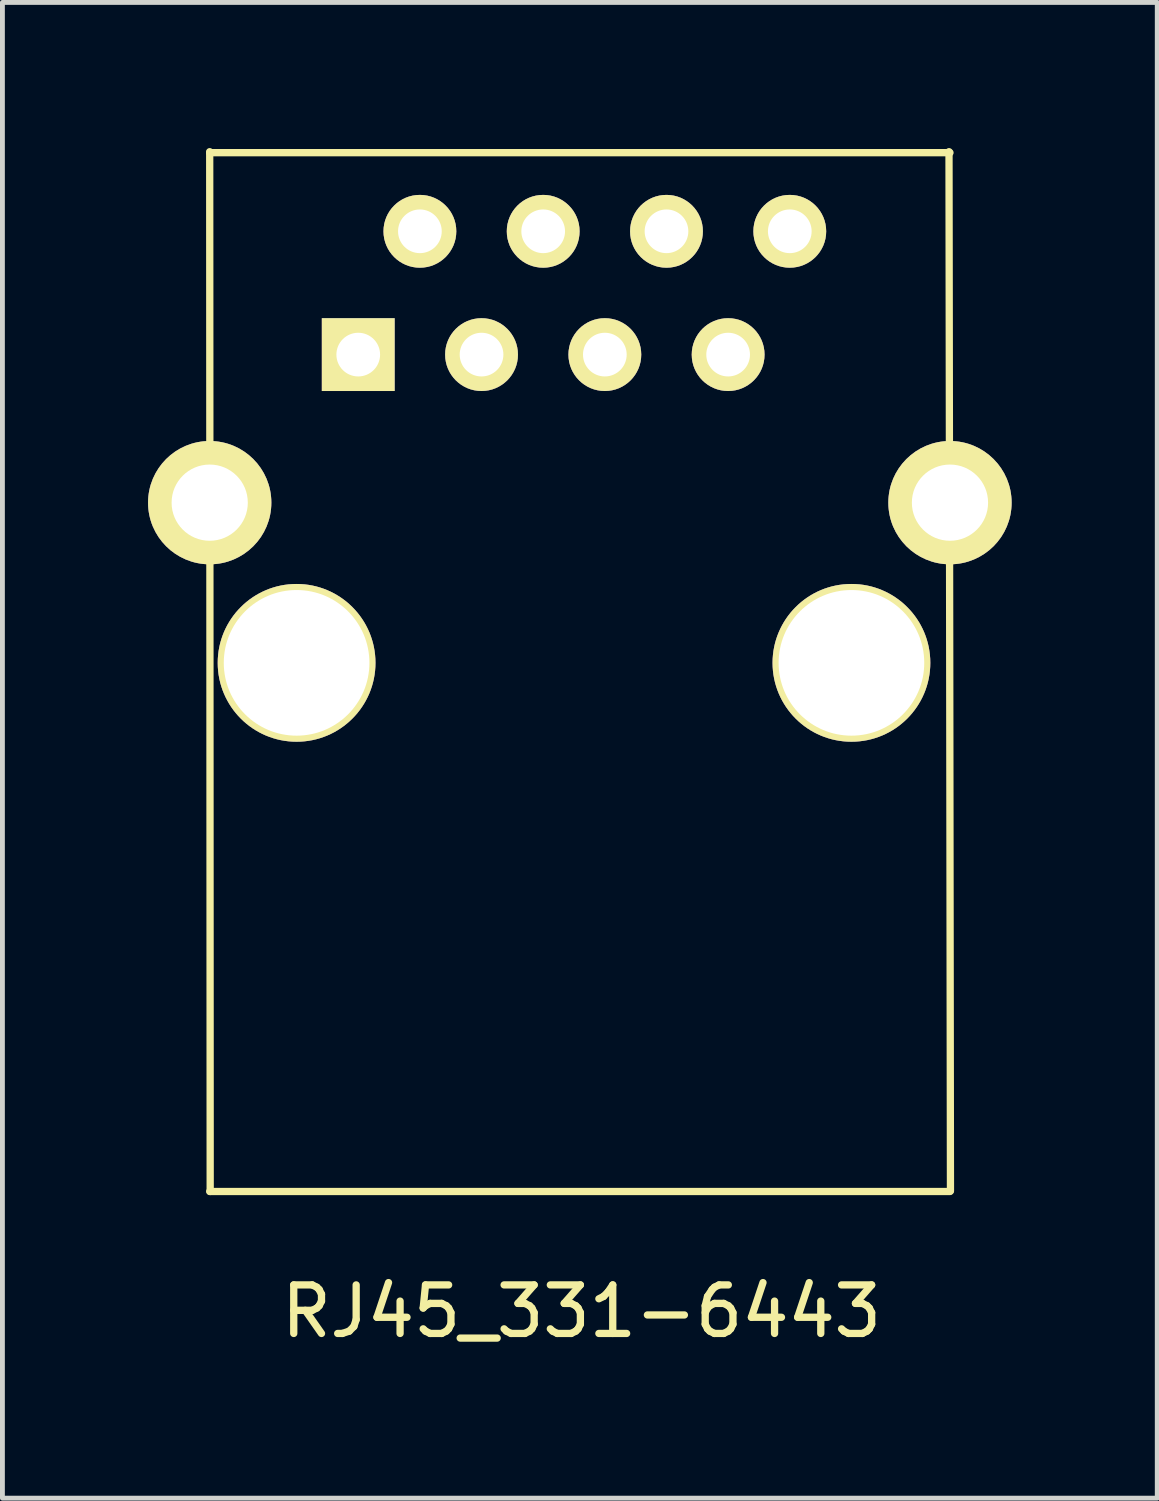
<source format=kicad_pcb>
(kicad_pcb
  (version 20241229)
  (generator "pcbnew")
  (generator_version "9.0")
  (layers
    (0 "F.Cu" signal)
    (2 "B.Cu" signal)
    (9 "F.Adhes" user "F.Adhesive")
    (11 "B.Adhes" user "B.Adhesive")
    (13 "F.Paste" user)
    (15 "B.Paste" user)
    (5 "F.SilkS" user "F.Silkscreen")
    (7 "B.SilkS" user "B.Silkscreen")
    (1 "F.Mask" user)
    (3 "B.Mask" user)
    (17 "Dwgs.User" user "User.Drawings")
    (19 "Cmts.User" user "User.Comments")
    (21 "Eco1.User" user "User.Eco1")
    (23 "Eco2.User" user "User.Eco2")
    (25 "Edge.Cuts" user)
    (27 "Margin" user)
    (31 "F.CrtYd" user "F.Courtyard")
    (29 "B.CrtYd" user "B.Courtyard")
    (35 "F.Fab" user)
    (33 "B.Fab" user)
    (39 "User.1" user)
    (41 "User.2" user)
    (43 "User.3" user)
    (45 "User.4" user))
  (footprint "RJ45_331-6443"
    (layer "F.Cu")
    (at 3.06 10.605)
    (property "Reference" "RJ45_331-6443" (at 5.87 13.36 0) (layer "F.SilkS") (effects (font (size 1 1) (thickness 0.15))))
    (attr through_hole)
    (fp_line (start -1.79 -10.53) (end -1.78 10.89) (stroke (width 0.15) (type solid)) (layer "F.SilkS"))
    (fp_line (start -1.79 -10.51) (end 13.46 -10.51) (stroke (width 0.15) (type solid)) (layer "F.SilkS"))
    (fp_line (start -1.79 10.89) (end 13.46 10.89) (stroke (width 0.15) (type solid)) (layer "F.SilkS"))
    (fp_line (start 13.44 -10.53) (end 13.47 10.88) (stroke (width 0.15) (type solid)) (layer "F.SilkS"))
    (pad "" thru_hole circle (at 0 0) (size 3.25 3.25) (drill 3) (layers "*.Cu" "*.Mask" "F.SilkS"))
    (pad "" thru_hole circle (at 11.43 0) (size 3.25 3.25) (drill 3) (layers "*.Cu" "*.Mask" "F.SilkS"))
    (pad "1" thru_hole rect (at 1.27 -6.35) (size 1.5 1.5) (drill 0.9) (layers "*.Cu" "*.Mask" "F.SilkS"))
    (pad "2" thru_hole circle (at 2.54 -8.89) (size 1.5 1.5) (drill 0.9) (layers "*.Cu" "*.Mask" "F.SilkS"))
    (pad "3" thru_hole circle (at 3.81 -6.35) (size 1.5 1.5) (drill 0.9) (layers "*.Cu" "*.Mask" "F.SilkS"))
    (pad "4" thru_hole circle (at 5.08 -8.89) (size 1.5 1.5) (drill 0.9) (layers "*.Cu" "*.Mask" "F.SilkS"))
    (pad "5" thru_hole circle (at 6.35 -6.35) (size 1.5 1.5) (drill 0.9) (layers "*.Cu" "*.Mask" "F.SilkS"))
    (pad "6" thru_hole circle (at 7.62 -8.89) (size 1.5 1.5) (drill 0.9) (layers "*.Cu" "*.Mask" "F.SilkS"))
    (pad "7" thru_hole circle (at 8.89 -6.35) (size 1.5 1.5) (drill 0.9) (layers "*.Cu" "*.Mask" "F.SilkS"))
    (pad "8" thru_hole circle (at 10.16 -8.89) (size 1.5 1.5) (drill 0.9) (layers "*.Cu" "*.Mask" "F.SilkS"))
    (pad "9" thru_hole circle (at -1.79 -3.3) (size 2.54 2.54) (drill 1.57) (layers "*.Cu" "*.Mask" "F.SilkS"))
    (pad "9" thru_hole circle (at 13.46 -3.3) (size 2.54 2.54) (drill 1.57) (layers "*.Cu" "*.Mask" "F.SilkS")))
  (gr_rect
    (start -3 -3)
    (end 20.79 27.813)
    (stroke (width 0.1) (type default))
    (fill no)
    (layer "Edge.Cuts")))
</source>
